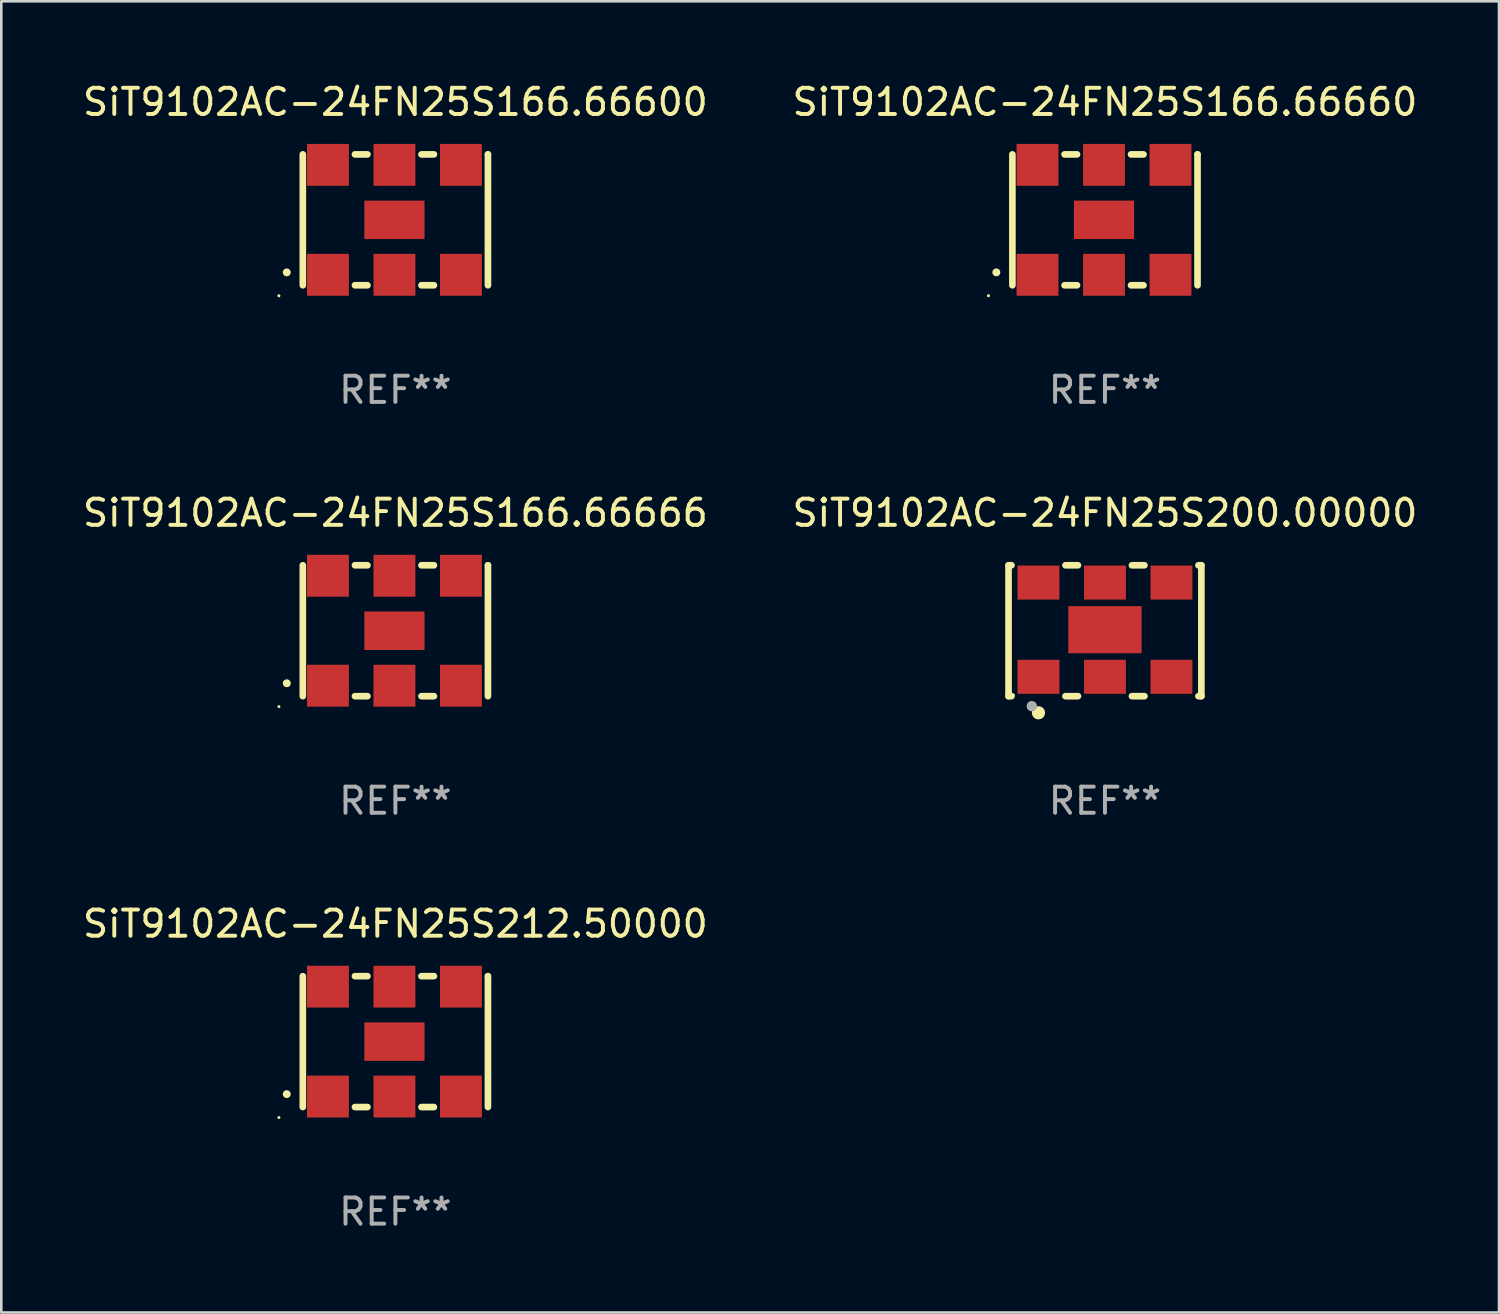
<source format=kicad_pcb>
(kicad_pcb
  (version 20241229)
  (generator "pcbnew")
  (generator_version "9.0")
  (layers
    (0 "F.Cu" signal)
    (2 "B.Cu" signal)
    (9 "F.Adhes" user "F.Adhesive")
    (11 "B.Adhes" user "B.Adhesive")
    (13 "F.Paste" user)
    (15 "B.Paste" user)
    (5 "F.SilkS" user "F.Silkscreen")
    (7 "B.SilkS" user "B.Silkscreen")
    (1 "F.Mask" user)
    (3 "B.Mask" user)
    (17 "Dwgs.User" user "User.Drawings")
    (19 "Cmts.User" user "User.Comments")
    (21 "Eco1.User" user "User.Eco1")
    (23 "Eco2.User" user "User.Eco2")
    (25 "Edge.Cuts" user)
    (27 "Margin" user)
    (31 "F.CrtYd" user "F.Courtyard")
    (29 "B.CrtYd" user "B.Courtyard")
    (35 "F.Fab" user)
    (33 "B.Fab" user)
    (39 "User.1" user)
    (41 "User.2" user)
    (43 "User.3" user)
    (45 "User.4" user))
  (footprint "SiT9102AC-24FN25S166.66600"
    (layer "F.Cu")
    (at 12.054 5.348)
    (property "Reference" "SiT9102AC-24FN25S166.66600" (at 0 -4.5 0) (layer "F.SilkS") (effects (font (size 1 1) (thickness 0.15))))
    (attr through_hole)
    (fp_line (start -3.536 -2.5) (end -3.536 2.5) (stroke (width 0.254) (type solid)) (layer "F.SilkS"))
    (fp_line (start -1.544 2.5) (end -1.067 2.5) (stroke (width 0.254) (type solid)) (layer "F.SilkS"))
    (fp_line (start -1.067 -2.5) (end -1.544 -2.5) (stroke (width 0.254) (type solid)) (layer "F.SilkS"))
    (fp_line (start 0.996 2.5) (end 1.473 2.5) (stroke (width 0.254) (type solid)) (layer "F.SilkS"))
    (fp_line (start 1.473 -2.5) (end 0.996 -2.5) (stroke (width 0.254) (type solid)) (layer "F.SilkS"))
    (fp_line (start 3.536 -2.5) (end 3.536 -2.5) (stroke (width 0.254) (type solid)) (layer "F.SilkS"))
    (fp_line (start 3.536 2.5) (end 3.536 -2.5) (stroke (width 0.254) (type solid)) (layer "F.SilkS"))
    (fp_arc (start -4.150432 2.006604) (mid -4.149162 2.006599) (end -4.147892 2.006604) (stroke (width 0.3) (type solid)) (layer "F.SilkS"))
    (fp_circle (center -4.449 2.9) (end -4.419 2.9) (stroke (width 0.06) (type solid)) (fill no) (layer "F.SilkS"))
    (fp_text user "REF**" (at 0 6.5 0) (layer "F.Fab") (effects (font (size 1 1) (thickness 0.15))))
    (pad "1" smd rect (at -2.576 2.1) (size 1.6 1.6) (layers "F.Cu" "F.Mask" "F.Paste"))
    (pad "2" smd rect (at -0.036 2.1) (size 1.6 1.6) (layers "F.Cu" "F.Mask" "F.Paste"))
    (pad "3" smd rect (at 2.504 2.1) (size 1.6 1.6) (layers "F.Cu" "F.Mask" "F.Paste"))
    (pad "4" smd rect (at 2.504 -2.1) (size 1.6 1.6) (layers "F.Cu" "F.Mask" "F.Paste"))
    (pad "5" smd rect (at -0.036 -2.1) (size 1.6 1.6) (layers "F.Cu" "F.Mask" "F.Paste"))
    (pad "6" smd rect (at -2.576 -2.1) (size 1.6 1.6) (layers "F.Cu" "F.Mask" "F.Paste"))
    (pad "7" smd rect (at -0.036 0) (size 2.3 1.47) (layers "F.Cu" "F.Mask" "F.Paste")))
  (footprint "SiT9102AC-24FN25S200.00000"
    (layer "F.Cu")
    (at 39.161 21.045)
    (property "Reference" "SiT9102AC-24FN25S200.00000" (at 0 -4.5 0) (layer "F.SilkS") (effects (font (size 1 1) (thickness 0.15))))
    (attr through_hole)
    (fp_line (start -3.683 -2.5) (end -3.571 -2.5) (stroke (width 0.254) (type solid)) (layer "F.SilkS"))
    (fp_line (start -3.683 2.5) (end -3.683 -2.5) (stroke (width 0.254) (type solid)) (layer "F.SilkS"))
    (fp_line (start -3.683 2.5) (end -3.571 2.5) (stroke (width 0.254) (type solid)) (layer "F.SilkS"))
    (fp_line (start -1.509 -2.5) (end -1.031 -2.5) (stroke (width 0.254) (type solid)) (layer "F.SilkS"))
    (fp_line (start -1.509 2.5) (end -1.031 2.5) (stroke (width 0.254) (type solid)) (layer "F.SilkS"))
    (fp_line (start 1.031 -2.5) (end 1.509 -2.5) (stroke (width 0.254) (type solid)) (layer "F.SilkS"))
    (fp_line (start 1.031 2.5) (end 1.509 2.5) (stroke (width 0.254) (type solid)) (layer "F.SilkS"))
    (fp_line (start 3.571 -2.5) (end 3.683 -2.5) (stroke (width 0.254) (type solid)) (layer "F.SilkS"))
    (fp_line (start 3.571 2.5) (end 3.683 2.5) (stroke (width 0.254) (type solid)) (layer "F.SilkS"))
    (fp_line (start 3.683 2.5) (end 3.683 -2.5) (stroke (width 0.254) (type solid)) (layer "F.SilkS"))
    (fp_circle (center -3.5 2.46) (end -3.47 2.46) (stroke (width 0.06) (type solid)) (fill no) (layer "F.SilkS"))
    (fp_circle (center -2.54 3.135) (end -2.413 3.135) (stroke (width 0.254) (type solid)) (fill no) (layer "F.SilkS"))
    (fp_circle (center -2.794 2.881) (end -2.694 2.881) (stroke (width 0.2) (type solid)) (fill no) (layer "F.Fab"))
    (fp_text user "REF**" (at 0 6.5 0) (layer "F.Fab") (effects (font (size 1 1) (thickness 0.15))))
    (pad "1" smd rect (at -2.54 1.76) (size 1.6 1.3) (layers "F.Cu" "F.Mask" "F.Paste"))
    (pad "2" smd rect (at 0 1.76) (size 1.6 1.3) (layers "F.Cu" "F.Mask" "F.Paste"))
    (pad "3" smd rect (at 2.54 1.76) (size 1.6 1.3) (layers "F.Cu" "F.Mask" "F.Paste"))
    (pad "4" smd rect (at 2.54 -1.84) (size 1.6 1.3) (layers "F.Cu" "F.Mask" "F.Paste"))
    (pad "5" smd rect (at 0 -1.84) (size 1.6 1.3) (layers "F.Cu" "F.Mask" "F.Paste"))
    (pad "6" smd rect (at -2.54 -1.84) (size 1.6 1.3) (layers "F.Cu" "F.Mask" "F.Paste"))
    (pad "7" smd rect (at 0 -0.04) (size 2.8 1.8) (layers "F.Cu" "F.Mask" "F.Paste")))
  (footprint "SiT9102AC-24FN25S166.66666"
    (layer "F.Cu")
    (at 12.054 21.045)
    (property "Reference" "SiT9102AC-24FN25S166.66666" (at 0 -4.5 0) (layer "F.SilkS") (effects (font (size 1 1) (thickness 0.15))))
    (attr through_hole)
    (fp_line (start -3.536 -2.5) (end -3.536 2.5) (stroke (width 0.254) (type solid)) (layer "F.SilkS"))
    (fp_line (start -1.544 2.5) (end -1.067 2.5) (stroke (width 0.254) (type solid)) (layer "F.SilkS"))
    (fp_line (start -1.067 -2.5) (end -1.544 -2.5) (stroke (width 0.254) (type solid)) (layer "F.SilkS"))
    (fp_line (start 0.996 2.5) (end 1.473 2.5) (stroke (width 0.254) (type solid)) (layer "F.SilkS"))
    (fp_line (start 1.473 -2.5) (end 0.996 -2.5) (stroke (width 0.254) (type solid)) (layer "F.SilkS"))
    (fp_line (start 3.536 -2.5) (end 3.536 -2.5) (stroke (width 0.254) (type solid)) (layer "F.SilkS"))
    (fp_line (start 3.536 2.5) (end 3.536 -2.5) (stroke (width 0.254) (type solid)) (layer "F.SilkS"))
    (fp_arc (start -4.150432 2.006604) (mid -4.149162 2.006599) (end -4.147892 2.006604) (stroke (width 0.3) (type solid)) (layer "F.SilkS"))
    (fp_circle (center -4.449 2.9) (end -4.419 2.9) (stroke (width 0.06) (type solid)) (fill no) (layer "F.SilkS"))
    (fp_text user "REF**" (at 0 6.5 0) (layer "F.Fab") (effects (font (size 1 1) (thickness 0.15))))
    (pad "1" smd rect (at -2.576 2.1) (size 1.6 1.6) (layers "F.Cu" "F.Mask" "F.Paste"))
    (pad "2" smd rect (at -0.036 2.1) (size 1.6 1.6) (layers "F.Cu" "F.Mask" "F.Paste"))
    (pad "3" smd rect (at 2.504 2.1) (size 1.6 1.6) (layers "F.Cu" "F.Mask" "F.Paste"))
    (pad "4" smd rect (at 2.504 -2.1) (size 1.6 1.6) (layers "F.Cu" "F.Mask" "F.Paste"))
    (pad "5" smd rect (at -0.036 -2.1) (size 1.6 1.6) (layers "F.Cu" "F.Mask" "F.Paste"))
    (pad "6" smd rect (at -2.576 -2.1) (size 1.6 1.6) (layers "F.Cu" "F.Mask" "F.Paste"))
    (pad "7" smd rect (at -0.036 0) (size 2.3 1.47) (layers "F.Cu" "F.Mask" "F.Paste")))
  (footprint "SiT9102AC-24FN25S166.66660"
    (layer "F.Cu")
    (at 39.161 5.348)
    (property "Reference" "SiT9102AC-24FN25S166.66660" (at 0 -4.5 0) (layer "F.SilkS") (effects (font (size 1 1) (thickness 0.15))))
    (attr through_hole)
    (fp_line (start -3.536 -2.5) (end -3.536 2.5) (stroke (width 0.254) (type solid)) (layer "F.SilkS"))
    (fp_line (start -1.544 2.5) (end -1.067 2.5) (stroke (width 0.254) (type solid)) (layer "F.SilkS"))
    (fp_line (start -1.067 -2.5) (end -1.544 -2.5) (stroke (width 0.254) (type solid)) (layer "F.SilkS"))
    (fp_line (start 0.996 2.5) (end 1.473 2.5) (stroke (width 0.254) (type solid)) (layer "F.SilkS"))
    (fp_line (start 1.473 -2.5) (end 0.996 -2.5) (stroke (width 0.254) (type solid)) (layer "F.SilkS"))
    (fp_line (start 3.536 -2.5) (end 3.536 -2.5) (stroke (width 0.254) (type solid)) (layer "F.SilkS"))
    (fp_line (start 3.536 2.5) (end 3.536 -2.5) (stroke (width 0.254) (type solid)) (layer "F.SilkS"))
    (fp_arc (start -4.150432 2.006604) (mid -4.149162 2.006599) (end -4.147892 2.006604) (stroke (width 0.3) (type solid)) (layer "F.SilkS"))
    (fp_circle (center -4.449 2.9) (end -4.419 2.9) (stroke (width 0.06) (type solid)) (fill no) (layer "F.SilkS"))
    (fp_text user "REF**" (at 0 6.5 0) (layer "F.Fab") (effects (font (size 1 1) (thickness 0.15))))
    (pad "1" smd rect (at -2.576 2.1) (size 1.6 1.6) (layers "F.Cu" "F.Mask" "F.Paste"))
    (pad "2" smd rect (at -0.036 2.1) (size 1.6 1.6) (layers "F.Cu" "F.Mask" "F.Paste"))
    (pad "3" smd rect (at 2.504 2.1) (size 1.6 1.6) (layers "F.Cu" "F.Mask" "F.Paste"))
    (pad "4" smd rect (at 2.504 -2.1) (size 1.6 1.6) (layers "F.Cu" "F.Mask" "F.Paste"))
    (pad "5" smd rect (at -0.036 -2.1) (size 1.6 1.6) (layers "F.Cu" "F.Mask" "F.Paste"))
    (pad "6" smd rect (at -2.576 -2.1) (size 1.6 1.6) (layers "F.Cu" "F.Mask" "F.Paste"))
    (pad "7" smd rect (at -0.036 0) (size 2.3 1.47) (layers "F.Cu" "F.Mask" "F.Paste")))
  (footprint "SiT9102AC-24FN25S212.50000"
    (layer "F.Cu")
    (at 12.054 36.741)
    (property "Reference" "SiT9102AC-24FN25S212.50000" (at 0 -4.5 0) (layer "F.SilkS") (effects (font (size 1 1) (thickness 0.15))))
    (attr through_hole)
    (fp_line (start -3.536 -2.5) (end -3.536 2.5) (stroke (width 0.254) (type solid)) (layer "F.SilkS"))
    (fp_line (start -1.544 2.5) (end -1.067 2.5) (stroke (width 0.254) (type solid)) (layer "F.SilkS"))
    (fp_line (start -1.067 -2.5) (end -1.544 -2.5) (stroke (width 0.254) (type solid)) (layer "F.SilkS"))
    (fp_line (start 0.996 2.5) (end 1.473 2.5) (stroke (width 0.254) (type solid)) (layer "F.SilkS"))
    (fp_line (start 1.473 -2.5) (end 0.996 -2.5) (stroke (width 0.254) (type solid)) (layer "F.SilkS"))
    (fp_line (start 3.536 -2.5) (end 3.536 -2.5) (stroke (width 0.254) (type solid)) (layer "F.SilkS"))
    (fp_line (start 3.536 2.5) (end 3.536 -2.5) (stroke (width 0.254) (type solid)) (layer "F.SilkS"))
    (fp_arc (start -4.150432 2.006604) (mid -4.149162 2.006599) (end -4.147892 2.006604) (stroke (width 0.3) (type solid)) (layer "F.SilkS"))
    (fp_circle (center -4.449 2.9) (end -4.419 2.9) (stroke (width 0.06) (type solid)) (fill no) (layer "F.SilkS"))
    (fp_text user "REF**" (at 0 6.5 0) (layer "F.Fab") (effects (font (size 1 1) (thickness 0.15))))
    (pad "1" smd rect (at -2.576 2.1) (size 1.6 1.6) (layers "F.Cu" "F.Mask" "F.Paste"))
    (pad "2" smd rect (at -0.036 2.1) (size 1.6 1.6) (layers "F.Cu" "F.Mask" "F.Paste"))
    (pad "3" smd rect (at 2.504 2.1) (size 1.6 1.6) (layers "F.Cu" "F.Mask" "F.Paste"))
    (pad "4" smd rect (at 2.504 -2.1) (size 1.6 1.6) (layers "F.Cu" "F.Mask" "F.Paste"))
    (pad "5" smd rect (at -0.036 -2.1) (size 1.6 1.6) (layers "F.Cu" "F.Mask" "F.Paste"))
    (pad "6" smd rect (at -2.576 -2.1) (size 1.6 1.6) (layers "F.Cu" "F.Mask" "F.Paste"))
    (pad "7" smd rect (at -0.036 0) (size 2.3 1.47) (layers "F.Cu" "F.Mask" "F.Paste")))
  (gr_rect
    (start -3 -3)
    (end 54.214 47.09)
    (stroke (width 0.1) (type default))
    (fill no)
    (layer "Edge.Cuts")))
</source>
